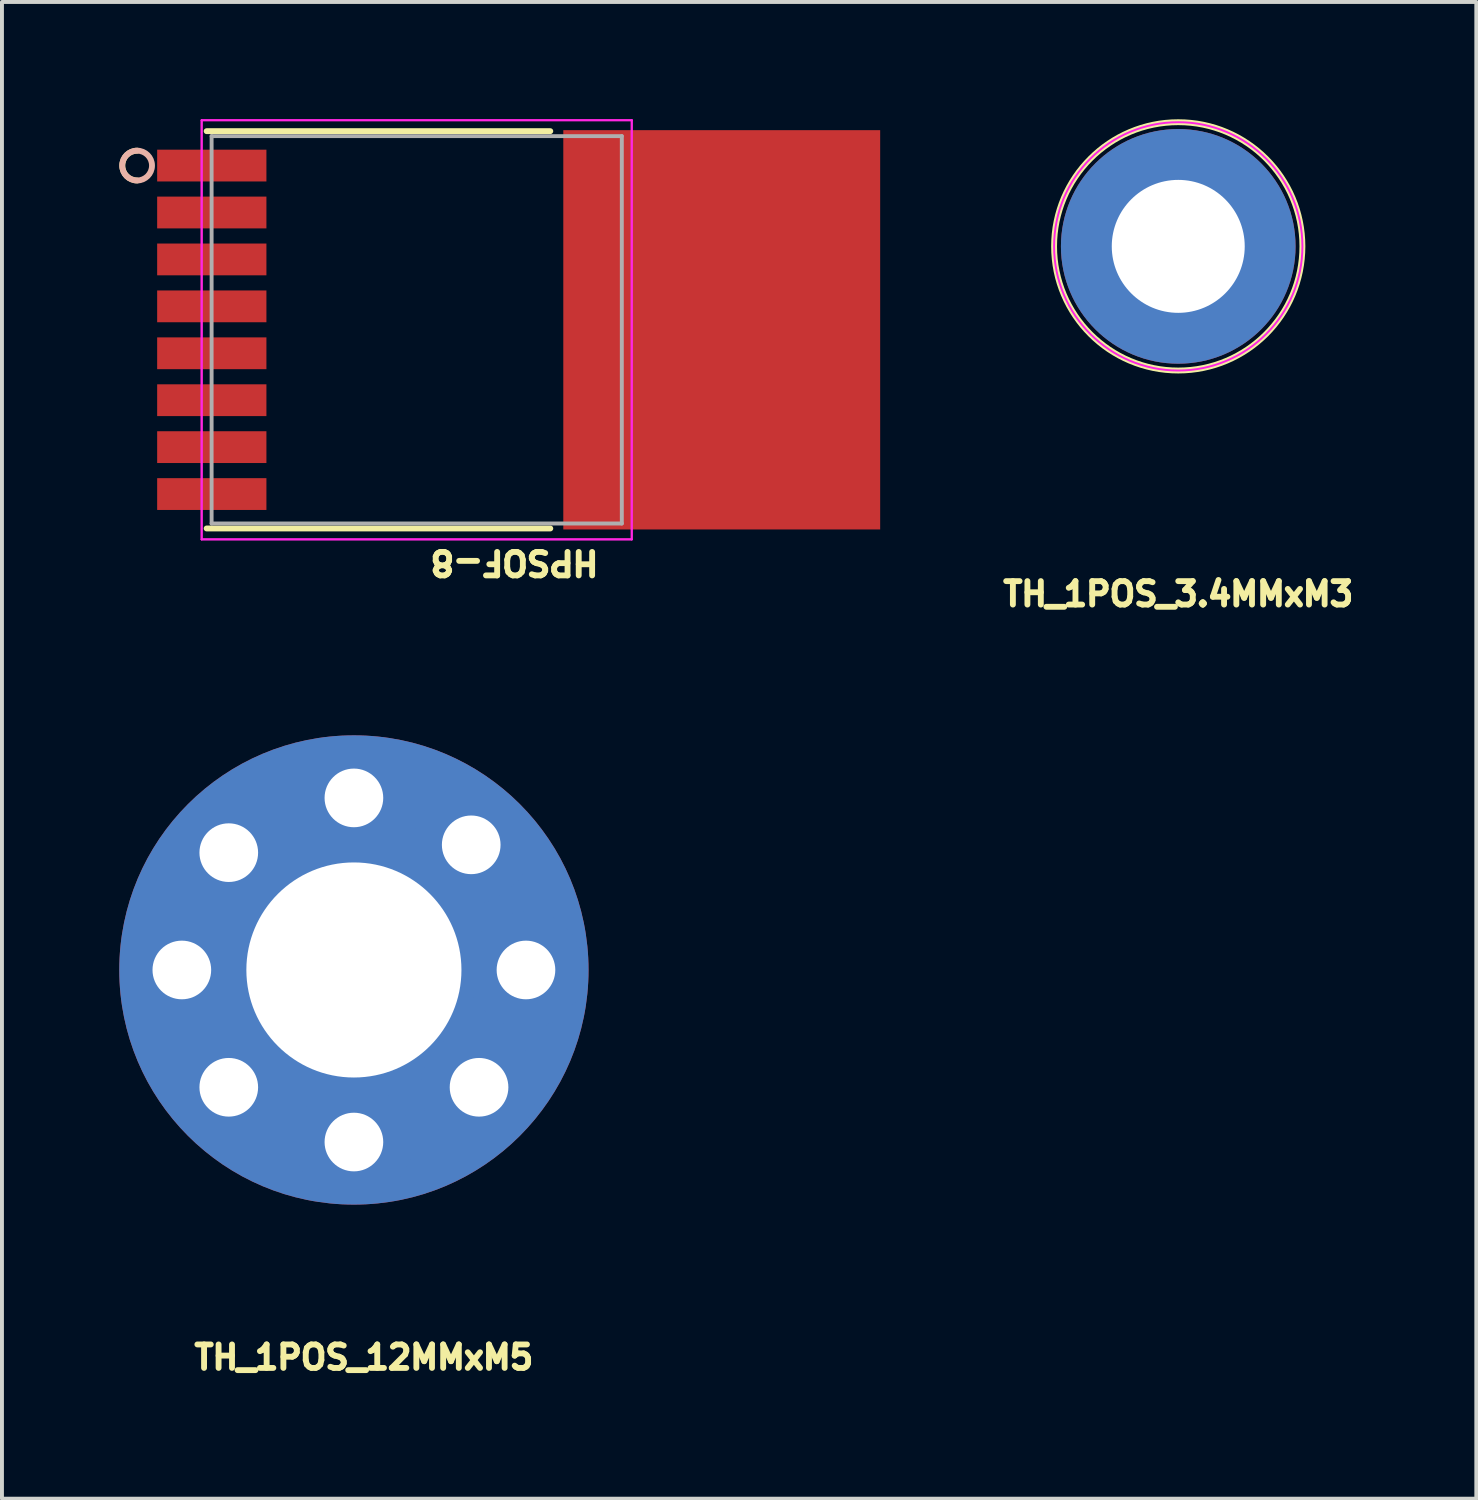
<source format=kicad_pcb>
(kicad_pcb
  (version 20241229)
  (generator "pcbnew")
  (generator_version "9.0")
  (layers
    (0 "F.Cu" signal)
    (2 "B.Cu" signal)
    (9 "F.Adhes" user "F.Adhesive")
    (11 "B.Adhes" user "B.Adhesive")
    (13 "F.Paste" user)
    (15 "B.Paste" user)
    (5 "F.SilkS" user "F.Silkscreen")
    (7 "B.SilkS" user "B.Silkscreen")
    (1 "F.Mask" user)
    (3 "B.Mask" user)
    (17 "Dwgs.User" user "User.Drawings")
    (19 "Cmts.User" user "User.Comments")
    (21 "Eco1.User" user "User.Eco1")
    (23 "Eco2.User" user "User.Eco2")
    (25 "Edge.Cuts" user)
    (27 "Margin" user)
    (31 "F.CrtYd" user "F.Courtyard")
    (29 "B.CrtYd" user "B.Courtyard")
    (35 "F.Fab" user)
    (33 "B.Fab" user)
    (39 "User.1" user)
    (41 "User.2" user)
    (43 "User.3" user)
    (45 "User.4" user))
  (footprint "HPSOF-8"
    (layer "F.Cu")
    (at 7.606 5.384)
    (property "Reference" "HPSOF-8" (at 2.5 5.95 180) (unlocked yes) (layer "F.SilkS") (effects (font (size 0.6 0.6) (thickness 0.15))))
    (attr through_hole)
    (fp_line (start -5.372 5.08) (end 3.416 5.08) (stroke (width 0.15) (type solid)) (layer "F.SilkS"))
    (fp_line (start 3.416 -5.08) (end -5.372 -5.08) (stroke (width 0.15) (type solid)) (layer "F.SilkS"))
    (fp_arc (start -7.147539 -3.819008) (mid -7.5311 -4.199999) (end -7.14754 -4.58099) (stroke (width 0.15) (type solid)) (layer "F.SilkS"))
    (fp_circle (center -7.15 -4.2) (end -6.769 -4.2) (stroke (width 0.15) (type solid)) (fill no) (layer "B.SilkS"))
    (fp_line (start -5.499 -5.359) (end -5.499 5.359) (stroke (width 0.05) (type solid)) (layer "F.CrtYd"))
    (fp_line (start -5.499 -5.359) (end -5.499 5.359) (stroke (width 0.05) (type solid)) (layer "F.CrtYd"))
    (fp_line (start -5.499 5.359) (end 5.499 5.359) (stroke (width 0.05) (type solid)) (layer "F.CrtYd"))
    (fp_line (start -5.499 5.359) (end 5.499 5.359) (stroke (width 0.05) (type solid)) (layer "F.CrtYd"))
    (fp_line (start 5.499 -5.359) (end -5.499 -5.359) (stroke (width 0.05) (type solid)) (layer "F.CrtYd"))
    (fp_line (start 5.499 -5.359) (end -5.499 -5.359) (stroke (width 0.05) (type solid)) (layer "F.CrtYd"))
    (fp_line (start 5.499 5.359) (end 5.499 -5.359) (stroke (width 0.05) (type solid)) (layer "F.CrtYd"))
    (fp_line (start 5.499 5.359) (end 5.499 -5.359) (stroke (width 0.05) (type solid)) (layer "F.CrtYd"))
    (fp_line (start -5.245 -4.953) (end -5.245 4.953) (stroke (width 0.1) (type solid)) (layer "F.Fab"))
    (fp_line (start -5.245 4.953) (end 5.245 4.953) (stroke (width 0.1) (type solid)) (layer "F.Fab"))
    (fp_line (start 5.245 -4.953) (end -5.245 -4.953) (stroke (width 0.1) (type solid)) (layer "F.Fab"))
    (fp_line (start 5.245 4.953) (end 5.245 -4.953) (stroke (width 0.1) (type solid)) (layer "F.Fab"))
    (pad "1" smd rect (at -5.24 -4.2) (size 2.794 0.813) (layers "F.Cu" "F.Mask" "F.Paste"))
    (pad "2" smd rect (at -5.24 -3) (size 2.794 0.813) (layers "F.Cu" "F.Mask" "F.Paste"))
    (pad "3" smd rect (at -5.24 -1.8) (size 2.794 0.813) (layers "F.Cu" "F.Mask" "F.Paste"))
    (pad "4" smd rect (at -5.24 -0.6) (size 2.794 0.813) (layers "F.Cu" "F.Mask" "F.Paste"))
    (pad "5" smd rect (at -5.24 0.6) (size 2.794 0.813) (layers "F.Cu" "F.Mask" "F.Paste"))
    (pad "6" smd rect (at -5.24 1.8) (size 2.794 0.813) (layers "F.Cu" "F.Mask" "F.Paste"))
    (pad "7" smd rect (at -5.24 3) (size 2.794 0.813) (layers "F.Cu" "F.Mask" "F.Paste"))
    (pad "8" smd rect (at -5.24 4.2) (size 2.794 0.813) (layers "F.Cu" "F.Mask" "F.Paste"))
    (pad "9" smd rect (at 7.8 0) (size 8.103 10.211) (layers "F.Cu" "F.Mask" "F.Paste")))
  (footprint "TH_1POS_12MMxM5"
    (layer "F.Cu")
    (at 6 21.754)
    (property "Reference" "TH_1POS_12MMxM5" (at 0.254 9.906 0) (unlocked yes) (layer "F.SilkS") (effects (font (size 0.6 0.6) (thickness 0.15))))
    (attr through_hole)
    (pad "1" thru_hole circle (at -4.4 0) (size 3 3) (drill 1.5) (layers "*.Cu" "*.Mask"))
    (pad "1" thru_hole circle (at -3.2 -3) (size 3 3) (drill 1.5) (layers "*.Cu" "*.Mask"))
    (pad "1" thru_hole circle (at -3.2 3) (size 3 3) (drill 1.5) (layers "*.Cu" "*.Mask"))
    (pad "1" thru_hole circle (at 0 -4.4) (size 3 3) (drill 1.5) (layers "*.Cu" "*.Mask"))
    (pad "1" thru_hole circle (at 0 0) (size 12 12) (drill 5.5) (layers "*.Cu" "*.Mask"))
    (pad "1" thru_hole circle (at 0 4.4) (size 3 3) (drill 1.5) (layers "*.Cu" "*.Mask"))
    (pad "1" thru_hole circle (at 3 -3.2) (size 3 3) (drill 1.5) (layers "*.Cu" "*.Mask"))
    (pad "1" thru_hole circle (at 3.2 3) (size 3 3) (drill 1.5) (layers "*.Cu" "*.Mask"))
    (pad "1" thru_hole circle (at 4.4 0) (size 3 3) (drill 1.5) (layers "*.Cu" "*.Mask")))
  (footprint "TH_1POS_3.4MMxM3"
    (layer "F.Cu")
    (at 27.08 3.25)
    (property "Reference" "TH_1POS_3.4MMxM3" (at 0 8.89 0) (unlocked yes) (layer "F.SilkS") (effects (font (size 0.6 0.6) (thickness 0.15))))
    (attr through_hole)
    (fp_circle (center 0 0) (end 0 -3.175) (stroke (width 0.15) (type solid)) (fill no) (layer "F.SilkS"))
    (fp_circle (center 0 0) (end 0 -3.175) (stroke (width 0.05) (type solid)) (fill no) (layer "F.CrtYd"))
    (pad "1" thru_hole circle (at 0 0) (size 6 6) (drill 3.4) (layers "*.Cu" "*.Mask")))
  (gr_rect
    (start -3 -3)
    (end 34.702 35.275)
    (stroke (width 0.1) (type default))
    (fill no)
    (layer "Edge.Cuts")))
</source>
